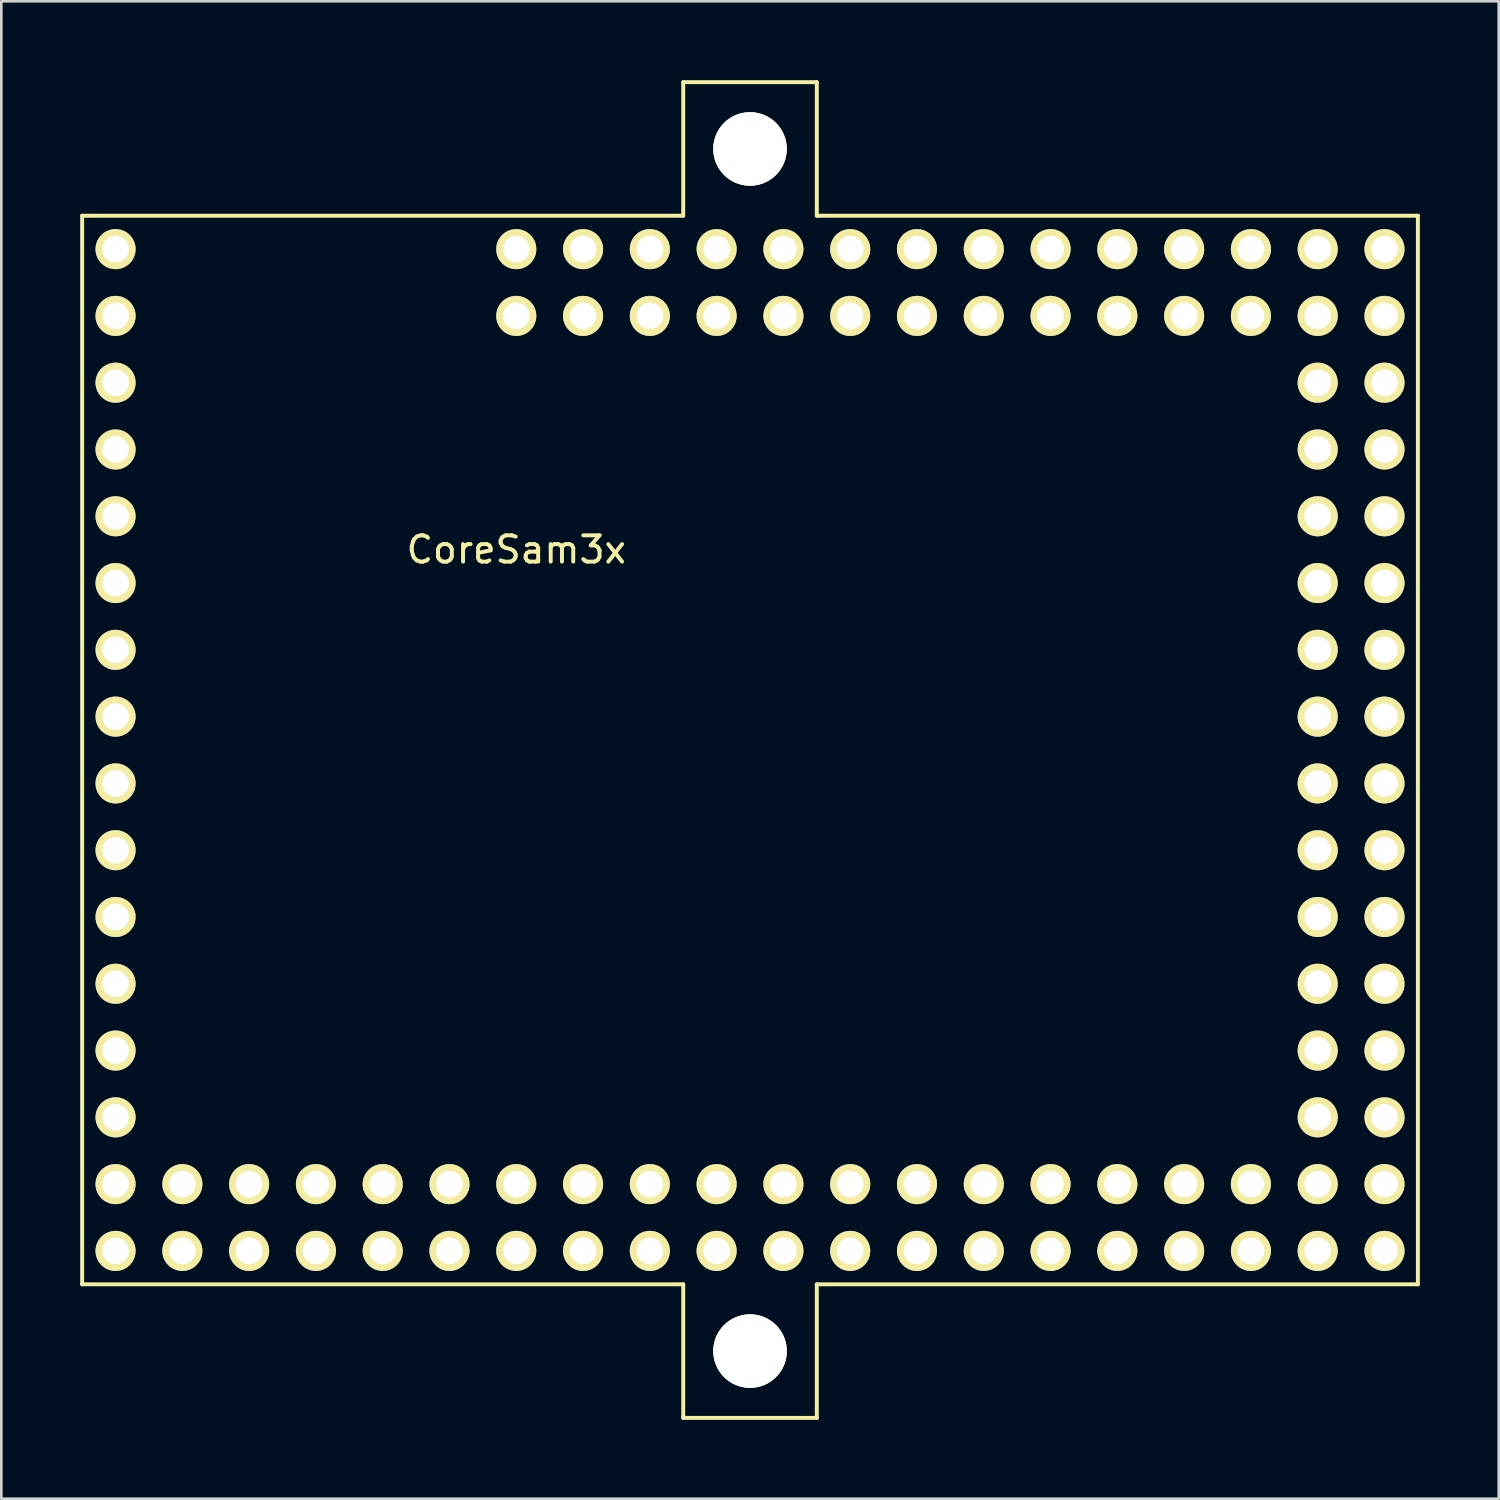
<source format=kicad_pcb>
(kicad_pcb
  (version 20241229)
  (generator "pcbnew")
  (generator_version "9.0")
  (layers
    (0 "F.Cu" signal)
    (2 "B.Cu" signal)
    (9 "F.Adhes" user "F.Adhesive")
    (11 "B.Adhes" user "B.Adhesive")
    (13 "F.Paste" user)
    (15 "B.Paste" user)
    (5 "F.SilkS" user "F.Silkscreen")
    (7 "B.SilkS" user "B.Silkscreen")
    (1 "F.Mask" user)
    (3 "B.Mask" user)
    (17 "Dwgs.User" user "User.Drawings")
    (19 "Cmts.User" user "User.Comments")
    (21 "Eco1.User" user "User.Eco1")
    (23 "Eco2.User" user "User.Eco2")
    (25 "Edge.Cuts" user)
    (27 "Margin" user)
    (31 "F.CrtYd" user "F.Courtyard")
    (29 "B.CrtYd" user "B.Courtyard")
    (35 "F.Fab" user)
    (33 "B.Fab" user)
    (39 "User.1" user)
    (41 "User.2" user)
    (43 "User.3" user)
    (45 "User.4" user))
  (footprint "CoreSam3x"
    (layer "F.Cu")
    (at 1.345 6.425)
    (property "Reference" "CoreSam3x" (at 15.24 11.43 0) (layer "F.SilkS") (effects (font (size 1 1) (thickness 0.15))))
    (attr through_hole)
    (fp_line (start -1.27 -1.27) (end 21.59 -1.27) (stroke (width 0.15) (type solid)) (layer "F.SilkS"))
    (fp_line (start -1.27 39.37) (end -1.27 -1.27) (stroke (width 0.15) (type solid)) (layer "F.SilkS"))
    (fp_line (start -1.27 39.37) (end 21.59 39.37) (stroke (width 0.15) (type solid)) (layer "F.SilkS"))
    (fp_line (start 21.59 -6.35) (end 26.67 -6.35) (stroke (width 0.15) (type solid)) (layer "F.SilkS"))
    (fp_line (start 21.59 -1.27) (end 21.59 -6.35) (stroke (width 0.15) (type solid)) (layer "F.SilkS"))
    (fp_line (start 21.59 39.37) (end 21.59 44.45) (stroke (width 0.15) (type solid)) (layer "F.SilkS"))
    (fp_line (start 21.59 44.45) (end 26.67 44.45) (stroke (width 0.15) (type solid)) (layer "F.SilkS"))
    (fp_line (start 26.67 -6.35) (end 26.67 -1.27) (stroke (width 0.15) (type solid)) (layer "F.SilkS"))
    (fp_line (start 26.67 -1.27) (end 49.53 -1.27) (stroke (width 0.15) (type solid)) (layer "F.SilkS"))
    (fp_line (start 26.67 39.37) (end 49.53 39.37) (stroke (width 0.15) (type solid)) (layer "F.SilkS"))
    (fp_line (start 26.67 44.45) (end 26.67 39.37) (stroke (width 0.15) (type solid)) (layer "F.SilkS"))
    (fp_line (start 49.53 -1.27) (end 49.53 39.37) (stroke (width 0.15) (type solid)) (layer "F.SilkS"))
    (pad "" thru_hole circle (at 24.13 -3.81) (size 2.794 2.794) (drill 2.794) (layers "*.Cu" "*.Mask" "F.SilkS"))
    (pad "" thru_hole circle (at 24.13 41.91) (size 2.794 2.794) (drill 2.794) (layers "*.Cu" "*.Mask" "F.SilkS"))
    (pad "1" thru_hole circle (at 0 0) (size 1.524 1.524) (drill 1.016) (layers "*.Cu" "*.Mask" "F.SilkS"))
    (pad "2" thru_hole circle (at 0 2.54) (size 1.524 1.524) (drill 1.016) (layers "*.Cu" "*.Mask" "F.SilkS"))
    (pad "3" thru_hole circle (at 0 5.08) (size 1.524 1.524) (drill 1.016) (layers "*.Cu" "*.Mask" "F.SilkS"))
    (pad "4" thru_hole circle (at 0 7.62) (size 1.524 1.524) (drill 1.016) (layers "*.Cu" "*.Mask" "F.SilkS"))
    (pad "5" thru_hole circle (at 0 10.16) (size 1.524 1.524) (drill 1.016) (layers "*.Cu" "*.Mask" "F.SilkS"))
    (pad "6" thru_hole circle (at 0 12.7) (size 1.524 1.524) (drill 1.016) (layers "*.Cu" "*.Mask" "F.SilkS"))
    (pad "7" thru_hole circle (at 0 15.24) (size 1.524 1.524) (drill 1.016) (layers "*.Cu" "*.Mask" "F.SilkS"))
    (pad "8" thru_hole circle (at 0 17.78) (size 1.524 1.524) (drill 1.016) (layers "*.Cu" "*.Mask" "F.SilkS"))
    (pad "9" thru_hole circle (at 0 20.32) (size 1.524 1.524) (drill 1.016) (layers "*.Cu" "*.Mask" "F.SilkS"))
    (pad "10" thru_hole circle (at 0 22.86) (size 1.524 1.524) (drill 1.016) (layers "*.Cu" "*.Mask" "F.SilkS"))
    (pad "11" thru_hole circle (at 0 25.4) (size 1.524 1.524) (drill 1.016) (layers "*.Cu" "*.Mask" "F.SilkS"))
    (pad "12" thru_hole circle (at 0 27.94) (size 1.524 1.524) (drill 1.016) (layers "*.Cu" "*.Mask" "F.SilkS"))
    (pad "13" thru_hole circle (at 0 30.48) (size 1.524 1.524) (drill 1.016) (layers "*.Cu" "*.Mask" "F.SilkS"))
    (pad "14" thru_hole circle (at 0 33.02) (size 1.524 1.524) (drill 1.016) (layers "*.Cu" "*.Mask" "F.SilkS"))
    (pad "15" thru_hole circle (at 0 35.56) (size 1.524 1.524) (drill 1.016) (layers "*.Cu" "*.Mask" "F.SilkS"))
    (pad "16" thru_hole circle (at 0 38.1) (size 1.524 1.524) (drill 1.016) (layers "*.Cu" "*.Mask" "F.SilkS"))
    (pad "17" thru_hole circle (at 2.54 38.1) (size 1.524 1.524) (drill 1.016) (layers "*.Cu" "*.Mask" "F.SilkS"))
    (pad "18" thru_hole circle (at 2.54 35.56) (size 1.524 1.524) (drill 1.016) (layers "*.Cu" "*.Mask" "F.SilkS"))
    (pad "19" thru_hole circle (at 5.08 38.1) (size 1.524 1.524) (drill 1.016) (layers "*.Cu" "*.Mask" "F.SilkS"))
    (pad "20" thru_hole circle (at 5.08 35.56) (size 1.524 1.524) (drill 1.016) (layers "*.Cu" "*.Mask" "F.SilkS"))
    (pad "21" thru_hole circle (at 7.62 38.1) (size 1.524 1.524) (drill 1.016) (layers "*.Cu" "*.Mask" "F.SilkS"))
    (pad "22" thru_hole circle (at 7.62 35.56) (size 1.524 1.524) (drill 1.016) (layers "*.Cu" "*.Mask" "F.SilkS"))
    (pad "23" thru_hole circle (at 10.16 38.1) (size 1.524 1.524) (drill 1.016) (layers "*.Cu" "*.Mask" "F.SilkS"))
    (pad "24" thru_hole circle (at 10.16 35.56) (size 1.524 1.524) (drill 1.016) (layers "*.Cu" "*.Mask" "F.SilkS"))
    (pad "25" thru_hole circle (at 12.7 38.1) (size 1.524 1.524) (drill 1.016) (layers "*.Cu" "*.Mask" "F.SilkS"))
    (pad "26" thru_hole circle (at 12.7 35.56) (size 1.524 1.524) (drill 1.016) (layers "*.Cu" "*.Mask" "F.SilkS"))
    (pad "27" thru_hole circle (at 15.24 38.1) (size 1.524 1.524) (drill 1.016) (layers "*.Cu" "*.Mask" "F.SilkS"))
    (pad "28" thru_hole circle (at 15.24 35.56) (size 1.524 1.524) (drill 1.016) (layers "*.Cu" "*.Mask" "F.SilkS"))
    (pad "29" thru_hole circle (at 17.78 38.1) (size 1.524 1.524) (drill 1.016) (layers "*.Cu" "*.Mask" "F.SilkS"))
    (pad "30" thru_hole circle (at 17.78 35.56) (size 1.524 1.524) (drill 1.016) (layers "*.Cu" "*.Mask" "F.SilkS"))
    (pad "31" thru_hole circle (at 20.32 38.1) (size 1.524 1.524) (drill 1.016) (layers "*.Cu" "*.Mask" "F.SilkS"))
    (pad "32" thru_hole circle (at 20.32 35.56) (size 1.524 1.524) (drill 1.016) (layers "*.Cu" "*.Mask" "F.SilkS"))
    (pad "33" thru_hole circle (at 22.86 38.1) (size 1.524 1.524) (drill 1.016) (layers "*.Cu" "*.Mask" "F.SilkS"))
    (pad "34" thru_hole circle (at 22.86 35.56) (size 1.524 1.524) (drill 1.016) (layers "*.Cu" "*.Mask" "F.SilkS"))
    (pad "35" thru_hole circle (at 25.4 38.1) (size 1.524 1.524) (drill 1.016) (layers "*.Cu" "*.Mask" "F.SilkS"))
    (pad "36" thru_hole circle (at 25.4 35.56) (size 1.524 1.524) (drill 1.016) (layers "*.Cu" "*.Mask" "F.SilkS"))
    (pad "37" thru_hole circle (at 27.94 38.1) (size 1.524 1.524) (drill 1.016) (layers "*.Cu" "*.Mask" "F.SilkS"))
    (pad "38" thru_hole circle (at 27.94 35.56) (size 1.524 1.524) (drill 1.016) (layers "*.Cu" "*.Mask" "F.SilkS"))
    (pad "39" thru_hole circle (at 30.48 38.1) (size 1.524 1.524) (drill 1.016) (layers "*.Cu" "*.Mask" "F.SilkS"))
    (pad "40" thru_hole circle (at 30.48 35.56) (size 1.524 1.524) (drill 1.016) (layers "*.Cu" "*.Mask" "F.SilkS"))
    (pad "41" thru_hole circle (at 33.02 38.1) (size 1.524 1.524) (drill 1.016) (layers "*.Cu" "*.Mask" "F.SilkS"))
    (pad "42" thru_hole circle (at 33.02 35.56) (size 1.524 1.524) (drill 1.016) (layers "*.Cu" "*.Mask" "F.SilkS"))
    (pad "43" thru_hole circle (at 35.56 38.1) (size 1.524 1.524) (drill 1.016) (layers "*.Cu" "*.Mask" "F.SilkS"))
    (pad "44" thru_hole circle (at 35.56 35.56) (size 1.524 1.524) (drill 1.016) (layers "*.Cu" "*.Mask" "F.SilkS"))
    (pad "45" thru_hole circle (at 38.1 38.1) (size 1.524 1.524) (drill 1.016) (layers "*.Cu" "*.Mask" "F.SilkS"))
    (pad "46" thru_hole circle (at 38.1 35.56) (size 1.524 1.524) (drill 1.016) (layers "*.Cu" "*.Mask" "F.SilkS"))
    (pad "47" thru_hole circle (at 40.64 38.1) (size 1.524 1.524) (drill 1.016) (layers "*.Cu" "*.Mask" "F.SilkS"))
    (pad "48" thru_hole circle (at 40.64 35.56) (size 1.524 1.524) (drill 1.016) (layers "*.Cu" "*.Mask" "F.SilkS"))
    (pad "49" thru_hole circle (at 43.18 38.1) (size 1.524 1.524) (drill 1.016) (layers "*.Cu" "*.Mask" "F.SilkS"))
    (pad "50" thru_hole circle (at 43.18 35.56) (size 1.524 1.524) (drill 1.016) (layers "*.Cu" "*.Mask" "F.SilkS"))
    (pad "51" thru_hole circle (at 48.26 38.1) (size 1.524 1.524) (drill 1.016) (layers "*.Cu" "*.Mask" "F.SilkS"))
    (pad "52" thru_hole circle (at 45.72 38.1) (size 1.524 1.524) (drill 1.016) (layers "*.Cu" "*.Mask" "F.SilkS"))
    (pad "53" thru_hole circle (at 48.26 35.56) (size 1.524 1.524) (drill 1.016) (layers "*.Cu" "*.Mask" "F.SilkS"))
    (pad "54" thru_hole circle (at 45.72 35.56) (size 1.524 1.524) (drill 1.016) (layers "*.Cu" "*.Mask" "F.SilkS"))
    (pad "55" thru_hole circle (at 48.26 33.02) (size 1.524 1.524) (drill 1.016) (layers "*.Cu" "*.Mask" "F.SilkS"))
    (pad "56" thru_hole circle (at 45.72 33.02) (size 1.524 1.524) (drill 1.016) (layers "*.Cu" "*.Mask" "F.SilkS"))
    (pad "57" thru_hole circle (at 48.26 30.48) (size 1.524 1.524) (drill 1.016) (layers "*.Cu" "*.Mask" "F.SilkS"))
    (pad "58" thru_hole circle (at 45.72 30.48) (size 1.524 1.524) (drill 1.016) (layers "*.Cu" "*.Mask" "F.SilkS"))
    (pad "59" thru_hole circle (at 48.26 27.94) (size 1.524 1.524) (drill 1.016) (layers "*.Cu" "*.Mask" "F.SilkS"))
    (pad "60" thru_hole circle (at 45.72 27.94) (size 1.524 1.524) (drill 1.016) (layers "*.Cu" "*.Mask" "F.SilkS"))
    (pad "61" thru_hole circle (at 48.26 25.4) (size 1.524 1.524) (drill 1.016) (layers "*.Cu" "*.Mask" "F.SilkS"))
    (pad "62" thru_hole circle (at 45.72 25.4) (size 1.524 1.524) (drill 1.016) (layers "*.Cu" "*.Mask" "F.SilkS"))
    (pad "63" thru_hole circle (at 48.26 22.86) (size 1.524 1.524) (drill 1.016) (layers "*.Cu" "*.Mask" "F.SilkS"))
    (pad "64" thru_hole circle (at 45.72 22.86) (size 1.524 1.524) (drill 1.016) (layers "*.Cu" "*.Mask" "F.SilkS"))
    (pad "65" thru_hole circle (at 48.26 20.32) (size 1.524 1.524) (drill 1.016) (layers "*.Cu" "*.Mask" "F.SilkS"))
    (pad "66" thru_hole circle (at 45.72 20.32) (size 1.524 1.524) (drill 1.016) (layers "*.Cu" "*.Mask" "F.SilkS"))
    (pad "67" thru_hole circle (at 48.26 17.78) (size 1.524 1.524) (drill 1.016) (layers "*.Cu" "*.Mask" "F.SilkS"))
    (pad "68" thru_hole circle (at 45.72 17.78) (size 1.524 1.524) (drill 1.016) (layers "*.Cu" "*.Mask" "F.SilkS"))
    (pad "69" thru_hole circle (at 48.26 15.24) (size 1.524 1.524) (drill 1.016) (layers "*.Cu" "*.Mask" "F.SilkS"))
    (pad "70" thru_hole circle (at 45.72 15.24) (size 1.524 1.524) (drill 1.016) (layers "*.Cu" "*.Mask" "F.SilkS"))
    (pad "71" thru_hole circle (at 48.26 12.7) (size 1.524 1.524) (drill 1.016) (layers "*.Cu" "*.Mask" "F.SilkS"))
    (pad "72" thru_hole circle (at 45.72 12.7) (size 1.524 1.524) (drill 1.016) (layers "*.Cu" "*.Mask" "F.SilkS"))
    (pad "73" thru_hole circle (at 48.26 10.16) (size 1.524 1.524) (drill 1.016) (layers "*.Cu" "*.Mask" "F.SilkS"))
    (pad "74" thru_hole circle (at 45.72 10.16) (size 1.524 1.524) (drill 1.016) (layers "*.Cu" "*.Mask" "F.SilkS"))
    (pad "75" thru_hole circle (at 48.26 7.62) (size 1.524 1.524) (drill 1.016) (layers "*.Cu" "*.Mask" "F.SilkS"))
    (pad "76" thru_hole circle (at 45.72 7.62) (size 1.524 1.524) (drill 1.016) (layers "*.Cu" "*.Mask" "F.SilkS"))
    (pad "77" thru_hole circle (at 48.26 5.08) (size 1.524 1.524) (drill 1.016) (layers "*.Cu" "*.Mask" "F.SilkS"))
    (pad "78" thru_hole circle (at 45.72 5.08) (size 1.524 1.524) (drill 1.016) (layers "*.Cu" "*.Mask" "F.SilkS"))
    (pad "79" thru_hole circle (at 48.26 2.54) (size 1.524 1.524) (drill 1.016) (layers "*.Cu" "*.Mask" "F.SilkS"))
    (pad "80" thru_hole circle (at 45.72 2.54) (size 1.524 1.524) (drill 1.016) (layers "*.Cu" "*.Mask" "F.SilkS"))
    (pad "81" thru_hole circle (at 48.26 0) (size 1.524 1.524) (drill 1.016) (layers "*.Cu" "*.Mask" "F.SilkS"))
    (pad "82" thru_hole circle (at 45.72 0) (size 1.524 1.524) (drill 1.016) (layers "*.Cu" "*.Mask" "F.SilkS"))
    (pad "83" thru_hole circle (at 43.18 0) (size 1.524 1.524) (drill 1.016) (layers "*.Cu" "*.Mask" "F.SilkS"))
    (pad "84" thru_hole circle (at 43.18 2.54) (size 1.524 1.524) (drill 1.016) (layers "*.Cu" "*.Mask" "F.SilkS"))
    (pad "85" thru_hole circle (at 40.64 0) (size 1.524 1.524) (drill 1.016) (layers "*.Cu" "*.Mask" "F.SilkS"))
    (pad "86" thru_hole circle (at 40.64 2.54) (size 1.524 1.524) (drill 1.016) (layers "*.Cu" "*.Mask" "F.SilkS"))
    (pad "87" thru_hole circle (at 38.1 0) (size 1.524 1.524) (drill 1.016) (layers "*.Cu" "*.Mask" "F.SilkS"))
    (pad "88" thru_hole circle (at 38.1 2.54) (size 1.524 1.524) (drill 1.016) (layers "*.Cu" "*.Mask" "F.SilkS"))
    (pad "89" thru_hole circle (at 35.56 0) (size 1.524 1.524) (drill 1.016) (layers "*.Cu" "*.Mask" "F.SilkS"))
    (pad "90" thru_hole circle (at 35.56 2.54) (size 1.524 1.524) (drill 1.016) (layers "*.Cu" "*.Mask" "F.SilkS"))
    (pad "91" thru_hole circle (at 33.02 0) (size 1.524 1.524) (drill 1.016) (layers "*.Cu" "*.Mask" "F.SilkS"))
    (pad "92" thru_hole circle (at 33.02 2.54) (size 1.524 1.524) (drill 1.016) (layers "*.Cu" "*.Mask" "F.SilkS"))
    (pad "93" thru_hole circle (at 30.48 0) (size 1.524 1.524) (drill 1.016) (layers "*.Cu" "*.Mask" "F.SilkS"))
    (pad "94" thru_hole circle (at 30.48 2.54) (size 1.524 1.524) (drill 1.016) (layers "*.Cu" "*.Mask" "F.SilkS"))
    (pad "95" thru_hole circle (at 27.94 0) (size 1.524 1.524) (drill 1.016) (layers "*.Cu" "*.Mask" "F.SilkS"))
    (pad "96" thru_hole circle (at 27.94 2.54) (size 1.524 1.524) (drill 1.016) (layers "*.Cu" "*.Mask" "F.SilkS"))
    (pad "97" thru_hole circle (at 25.4 0) (size 1.524 1.524) (drill 1.016) (layers "*.Cu" "*.Mask" "F.SilkS"))
    (pad "98" thru_hole circle (at 25.4 2.54) (size 1.524 1.524) (drill 1.016) (layers "*.Cu" "*.Mask" "F.SilkS"))
    (pad "99" thru_hole circle (at 22.86 0) (size 1.524 1.524) (drill 1.016) (layers "*.Cu" "*.Mask" "F.SilkS"))
    (pad "100" thru_hole circle (at 22.86 2.54) (size 1.524 1.524) (drill 1.016) (layers "*.Cu" "*.Mask" "F.SilkS"))
    (pad "101" thru_hole circle (at 20.32 0) (size 1.524 1.524) (drill 1.016) (layers "*.Cu" "*.Mask" "F.SilkS"))
    (pad "102" thru_hole circle (at 20.32 2.54) (size 1.524 1.524) (drill 1.016) (layers "*.Cu" "*.Mask" "F.SilkS"))
    (pad "103" thru_hole circle (at 17.78 0) (size 1.524 1.524) (drill 1.016) (layers "*.Cu" "*.Mask" "F.SilkS"))
    (pad "104" thru_hole circle (at 17.78 2.54) (size 1.524 1.524) (drill 1.016) (layers "*.Cu" "*.Mask" "F.SilkS"))
    (pad "105" thru_hole circle (at 15.24 0) (size 1.524 1.524) (drill 1.016) (layers "*.Cu" "*.Mask" "F.SilkS"))
    (pad "106" thru_hole circle (at 15.24 2.54) (size 1.524 1.524) (drill 1.016) (layers "*.Cu" "*.Mask" "F.SilkS")))
  (gr_rect
    (start -3 -3)
    (end 53.95 53.95)
    (stroke (width 0.1) (type default))
    (fill no)
    (layer "Edge.Cuts")))
</source>
